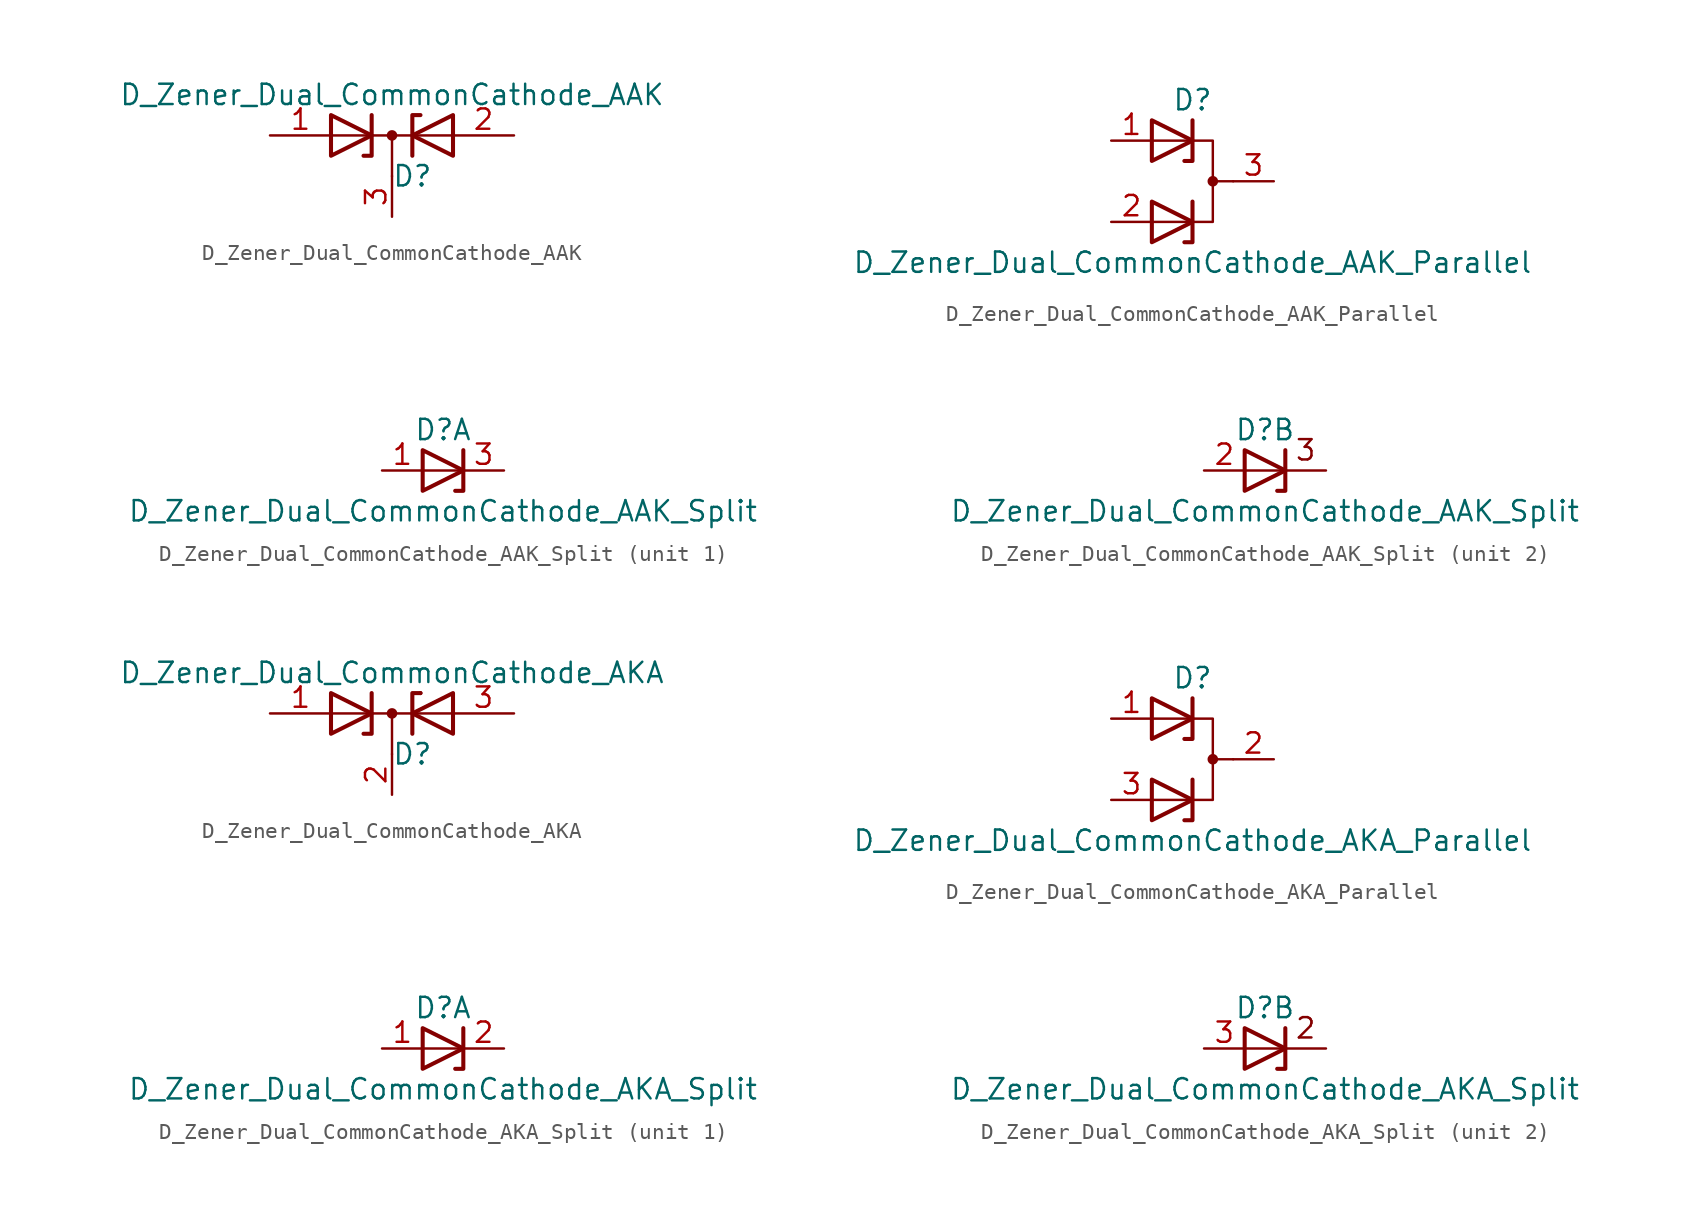
<source format=kicad_sym>
(kicad_symbol_lib
  (version 20201005)
  (generator kicad_symbol_editor)
  (symbol "D_Zener_Dual_CommonCathode_AAK"
    (pin_names
      (offset 0.762) hide)
    (property "Reference" "D"
      (at 1.27 -2.54 0)
      (effects (font (size 1.27 1.27))))
    (property "Value" "D_Zener_Dual_CommonCathode_AAK"
      (at 0 2.54 0)
      (effects (font (size 1.27 1.27))))
    (symbol "D_Zener_Dual_CommonCathode_AAK_0_1"
      (circle (center 0 0) (radius 0.254) (stroke (width 0)) (fill (type outline)))
      (polyline (pts (xy -3.81 0) (xy 3.81 0)) (stroke (width 0)) (fill (type none)))
      (polyline (pts (xy 0 0) (xy 0 -2.54)) (stroke (width 0)) (fill (type none)))
      (polyline (pts (xy -1.27 1.27) (xy -1.27 -1.27) (xy -1.778 -1.27)) (stroke (width 0.254)) (fill (type none)))
      (polyline (pts (xy 1.27 -1.27) (xy 1.27 1.27) (xy 1.778 1.27)) (stroke (width 0.254)) (fill (type none)))
      (polyline (pts (xy -3.81 1.27) (xy -1.27 0) (xy -3.81 -1.27) (xy -3.81 1.27) (xy -3.81 1.27) (xy -3.81 1.27)) (stroke (width 0.254)) (fill (type none)))
      (polyline (pts (xy 3.81 -1.27) (xy 1.27 0) (xy 3.81 1.27) (xy 3.81 -1.27) (xy 3.81 -1.27) (xy 3.81 -1.27)) (stroke (width 0.254)) (fill (type none)))
      (pin passive line (at -7.62 0 0) (length 3.81) (name "A" (effects (font (size 1.27 1.27)))) (number "1" (effects (font (size 1.27 1.27)))))
      (pin passive line (at 7.62 0 180) (length 3.81) (name "A" (effects (font (size 1.27 1.27)))) (number "2" (effects (font (size 1.27 1.27)))))
      (pin passive line (at 0 -5.08 90) (length 2.54) (name "K" (effects (font (size 1.27 1.27)))) (number "3" (effects (font (size 1.27 1.27)))))))
  (symbol "D_Zener_Dual_CommonCathode_AAK_Parallel"
    (pin_names
      (offset 0.762) hide)
    (property "Reference" "D"
      (at 0 5.08 0)
      (effects (font (size 1.27 1.27))))
    (property "Value" "D_Zener_Dual_CommonCathode_AAK_Parallel"
      (at 0 -5.08 0)
      (effects (font (size 1.27 1.27))))
    (symbol "D_Zener_Dual_CommonCathode_AAK_Parallel_0_0"
      (polyline (pts (xy 0 -1.27) (xy 0 -3.81) (xy -0.508 -3.81)) (stroke (width 0.254)) (fill (type none)))
      (polyline (pts (xy 0 3.81) (xy 0 1.27) (xy -0.508 1.27)) (stroke (width 0.254)) (fill (type none))))
    (symbol "D_Zener_Dual_CommonCathode_AAK_Parallel_0_1"
      (circle (center 1.27 0) (radius 0.254) (stroke (width 0)) (fill (type outline)))
      (polyline (pts (xy 1.27 0) (xy 2.54 0)) (stroke (width 0)) (fill (type none)))
      (polyline (pts (xy -2.54 -2.54) (xy 1.27 -2.54) (xy 1.27 2.54) (xy -2.54 2.54)) (stroke (width 0)) (fill (type none)))
      (polyline (pts (xy -2.54 -1.27) (xy 0 -2.54) (xy -2.54 -3.81) (xy -2.54 -1.27) (xy -2.54 -1.27) (xy -2.54 -1.27)) (stroke (width 0.254)) (fill (type none)))
      (polyline (pts (xy -2.54 3.81) (xy 0 2.54) (xy -2.54 1.27) (xy -2.54 3.81) (xy -2.54 3.81) (xy -2.54 3.81)) (stroke (width 0.254)) (fill (type none)))
      (pin passive line (at -5.08 2.54 0) (length 2.54) (name "K" (effects (font (size 1.27 1.27)))) (number "1" (effects (font (size 1.27 1.27)))))
      (pin passive line (at -5.08 -2.54 0) (length 2.54) (name "K" (effects (font (size 1.27 1.27)))) (number "2" (effects (font (size 1.27 1.27)))))
      (pin passive line (at 5.08 0 180) (length 2.54) (name "A" (effects (font (size 1.27 1.27)))) (number "3" (effects (font (size 1.27 1.27)))))))
  (symbol "D_Zener_Dual_CommonCathode_AAK_Split"
    (pin_names
      (offset 0.762) hide)
    (property "Reference" "D"
      (at 0 2.54 0)
      (effects (font (size 1.27 1.27))))
    (property "Value" "D_Zener_Dual_CommonCathode_AAK_Split"
      (at 0 -2.54 0)
      (effects (font (size 1.27 1.27))))
    (property "ki_locked" ""
      (at 0 0 0)
      (effects (font (size 1.27 1.27))))
    (symbol "D_Zener_Dual_CommonCathode_AAK_Split_0_0"
      (polyline (pts (xy 1.27 1.27) (xy 1.27 -1.27) (xy 0.762 -1.27)) (stroke (width 0.254)) (fill (type none))))
    (symbol "D_Zener_Dual_CommonCathode_AAK_Split_0_1"
      (polyline (pts (xy -1.27 1.27) (xy 1.27 0) (xy -1.27 -1.27) (xy -1.27 1.27) (xy -1.27 1.27) (xy -1.27 1.27)) (stroke (width 0.254)) (fill (type none))))
    (symbol "D_Zener_Dual_CommonCathode_AAK_Split_1_1"
      (polyline (pts (xy 1.27 0) (xy -1.27 0)) (stroke (width 0)) (fill (type none)))
      (pin passive line (at -3.81 0 0) (length 2.54) (name "A" (effects (font (size 1.27 1.27)))) (number "1" (effects (font (size 1.27 1.27)))))
      (pin passive line (at 3.81 0 180) (length 2.54) (name "K" (effects (font (size 1.27 1.27)))) (number "3" (effects (font (size 1.27 1.27))))))
    (symbol "D_Zener_Dual_CommonCathode_AAK_Split_2_0"
      (text "3" (at 2.54 1.27 0) (effects (font (size 1.27 1.27))))
      (polyline (pts (xy 3.81 0) (xy -1.27 0)) (stroke (width 0)) (fill (type none))))
    (symbol "D_Zener_Dual_CommonCathode_AAK_Split_2_1"
      (pin passive line (at -3.81 0 0) (length 2.54) (name "K" (effects (font (size 1.27 1.27)))) (number "2" (effects (font (size 1.27 1.27)))))))
  (symbol "D_Zener_Dual_CommonCathode_AKA"
    (pin_names
      (offset 0.762) hide)
    (property "Reference" "D"
      (at 1.27 -2.54 0)
      (effects (font (size 1.27 1.27))))
    (property "Value" "D_Zener_Dual_CommonCathode_AKA"
      (at 0 2.54 0)
      (effects (font (size 1.27 1.27))))
    (symbol "D_Zener_Dual_CommonCathode_AKA_0_1"
      (circle (center 0 0) (radius 0.254) (stroke (width 0)) (fill (type outline)))
      (polyline (pts (xy 0 0) (xy 0 -2.54)) (stroke (width 0)) (fill (type none)))
      (polyline (pts (xy 1.778 1.27) (xy 1.778 1.27)) (stroke (width 0.254)) (fill (type none)))
      (polyline (pts (xy 3.81 0) (xy -3.81 0)) (stroke (width 0)) (fill (type none)))
      (polyline (pts (xy -1.778 -1.27) (xy -1.27 -1.27) (xy -1.27 1.27)) (stroke (width 0.254)) (fill (type none)))
      (polyline (pts (xy 1.27 -1.27) (xy 1.27 1.27) (xy 1.778 1.27)) (stroke (width 0.254)) (fill (type none)))
      (polyline (pts (xy -3.81 1.27) (xy -1.27 0) (xy -3.81 -1.27) (xy -3.81 1.27) (xy -3.81 1.27) (xy -3.81 1.27)) (stroke (width 0.254)) (fill (type none)))
      (polyline (pts (xy 3.81 -1.27) (xy 1.27 0) (xy 3.81 1.27) (xy 3.81 -1.27) (xy 3.81 -1.27) (xy 3.81 -1.27)) (stroke (width 0.254)) (fill (type none)))
      (pin passive line (at -7.62 0 0) (length 3.81) (name "A" (effects (font (size 1.27 1.27)))) (number "1" (effects (font (size 1.27 1.27)))))
      (pin passive line (at 0 -5.08 90) (length 2.54) (name "K" (effects (font (size 1.27 1.27)))) (number "2" (effects (font (size 1.27 1.27)))))
      (pin passive line (at 7.62 0 180) (length 3.81) (name "A" (effects (font (size 1.27 1.27)))) (number "3" (effects (font (size 1.27 1.27)))))))
  (symbol "D_Zener_Dual_CommonCathode_AKA_Parallel"
    (pin_names
      (offset 0.762) hide)
    (property "Reference" "D"
      (at 0 5.08 0)
      (effects (font (size 1.27 1.27))))
    (property "Value" "D_Zener_Dual_CommonCathode_AKA_Parallel"
      (at 0 -5.08 0)
      (effects (font (size 1.27 1.27))))
    (symbol "D_Zener_Dual_CommonCathode_AKA_Parallel_0_0"
      (polyline (pts (xy 0 -1.27) (xy 0 -3.81) (xy -0.508 -3.81)) (stroke (width 0.254)) (fill (type none)))
      (polyline (pts (xy 0 3.81) (xy 0 1.27) (xy -0.508 1.27)) (stroke (width 0.254)) (fill (type none))))
    (symbol "D_Zener_Dual_CommonCathode_AKA_Parallel_0_1"
      (circle (center 1.27 0) (radius 0.254) (stroke (width 0)) (fill (type outline)))
      (polyline (pts (xy 1.27 0) (xy 2.54 0)) (stroke (width 0)) (fill (type none)))
      (polyline (pts (xy -2.54 -2.54) (xy 1.27 -2.54) (xy 1.27 2.54) (xy -2.54 2.54)) (stroke (width 0)) (fill (type none)))
      (polyline (pts (xy -2.54 -1.27) (xy 0 -2.54) (xy -2.54 -3.81) (xy -2.54 -1.27) (xy -2.54 -1.27) (xy -2.54 -1.27)) (stroke (width 0.254)) (fill (type none)))
      (polyline (pts (xy -2.54 3.81) (xy 0 2.54) (xy -2.54 1.27) (xy -2.54 3.81) (xy -2.54 3.81) (xy -2.54 3.81)) (stroke (width 0.254)) (fill (type none)))
      (pin passive line (at -5.08 2.54 0) (length 2.54) (name "K" (effects (font (size 1.27 1.27)))) (number "1" (effects (font (size 1.27 1.27)))))
      (pin passive line (at 5.08 0 180) (length 2.54) (name "A" (effects (font (size 1.27 1.27)))) (number "2" (effects (font (size 1.27 1.27)))))
      (pin passive line (at -5.08 -2.54 0) (length 2.54) (name "K" (effects (font (size 1.27 1.27)))) (number "3" (effects (font (size 1.27 1.27)))))))
  (symbol "D_Zener_Dual_CommonCathode_AKA_Split"
    (pin_names
      (offset 0.762) hide)
    (property "Reference" "D"
      (at 0 2.54 0)
      (effects (font (size 1.27 1.27))))
    (property "Value" "D_Zener_Dual_CommonCathode_AKA_Split"
      (at 0 -2.54 0)
      (effects (font (size 1.27 1.27))))
    (property "ki_locked" ""
      (at 0 0 0)
      (effects (font (size 1.27 1.27))))
    (symbol "D_Zener_Dual_CommonCathode_AKA_Split_0_0"
      (polyline (pts (xy 1.27 1.27) (xy 1.27 -1.27) (xy 0.762 -1.27)) (stroke (width 0.254)) (fill (type none))))
    (symbol "D_Zener_Dual_CommonCathode_AKA_Split_0_1"
      (polyline (pts (xy -1.27 1.27) (xy 1.27 0) (xy -1.27 -1.27) (xy -1.27 1.27) (xy -1.27 1.27) (xy -1.27 1.27)) (stroke (width 0.254)) (fill (type none))))
    (symbol "D_Zener_Dual_CommonCathode_AKA_Split_1_1"
      (polyline (pts (xy 1.27 0) (xy -1.27 0)) (stroke (width 0)) (fill (type none)))
      (pin passive line (at -3.81 0 0) (length 2.54) (name "A" (effects (font (size 1.27 1.27)))) (number "1" (effects (font (size 1.27 1.27)))))
      (pin passive line (at 3.81 0 180) (length 2.54) (name "K" (effects (font (size 1.27 1.27)))) (number "2" (effects (font (size 1.27 1.27))))))
    (symbol "D_Zener_Dual_CommonCathode_AKA_Split_2_0"
      (text "2" (at 2.54 1.27 0) (effects (font (size 1.27 1.27))))
      (polyline (pts (xy 3.81 0) (xy -1.27 0)) (stroke (width 0)) (fill (type none))))
    (symbol "D_Zener_Dual_CommonCathode_AKA_Split_2_1"
      (pin passive line (at -3.81 0 0) (length 2.54) (name "K" (effects (font (size 1.27 1.27)))) (number "3" (effects (font (size 1.27 1.27))))))))
</source>
